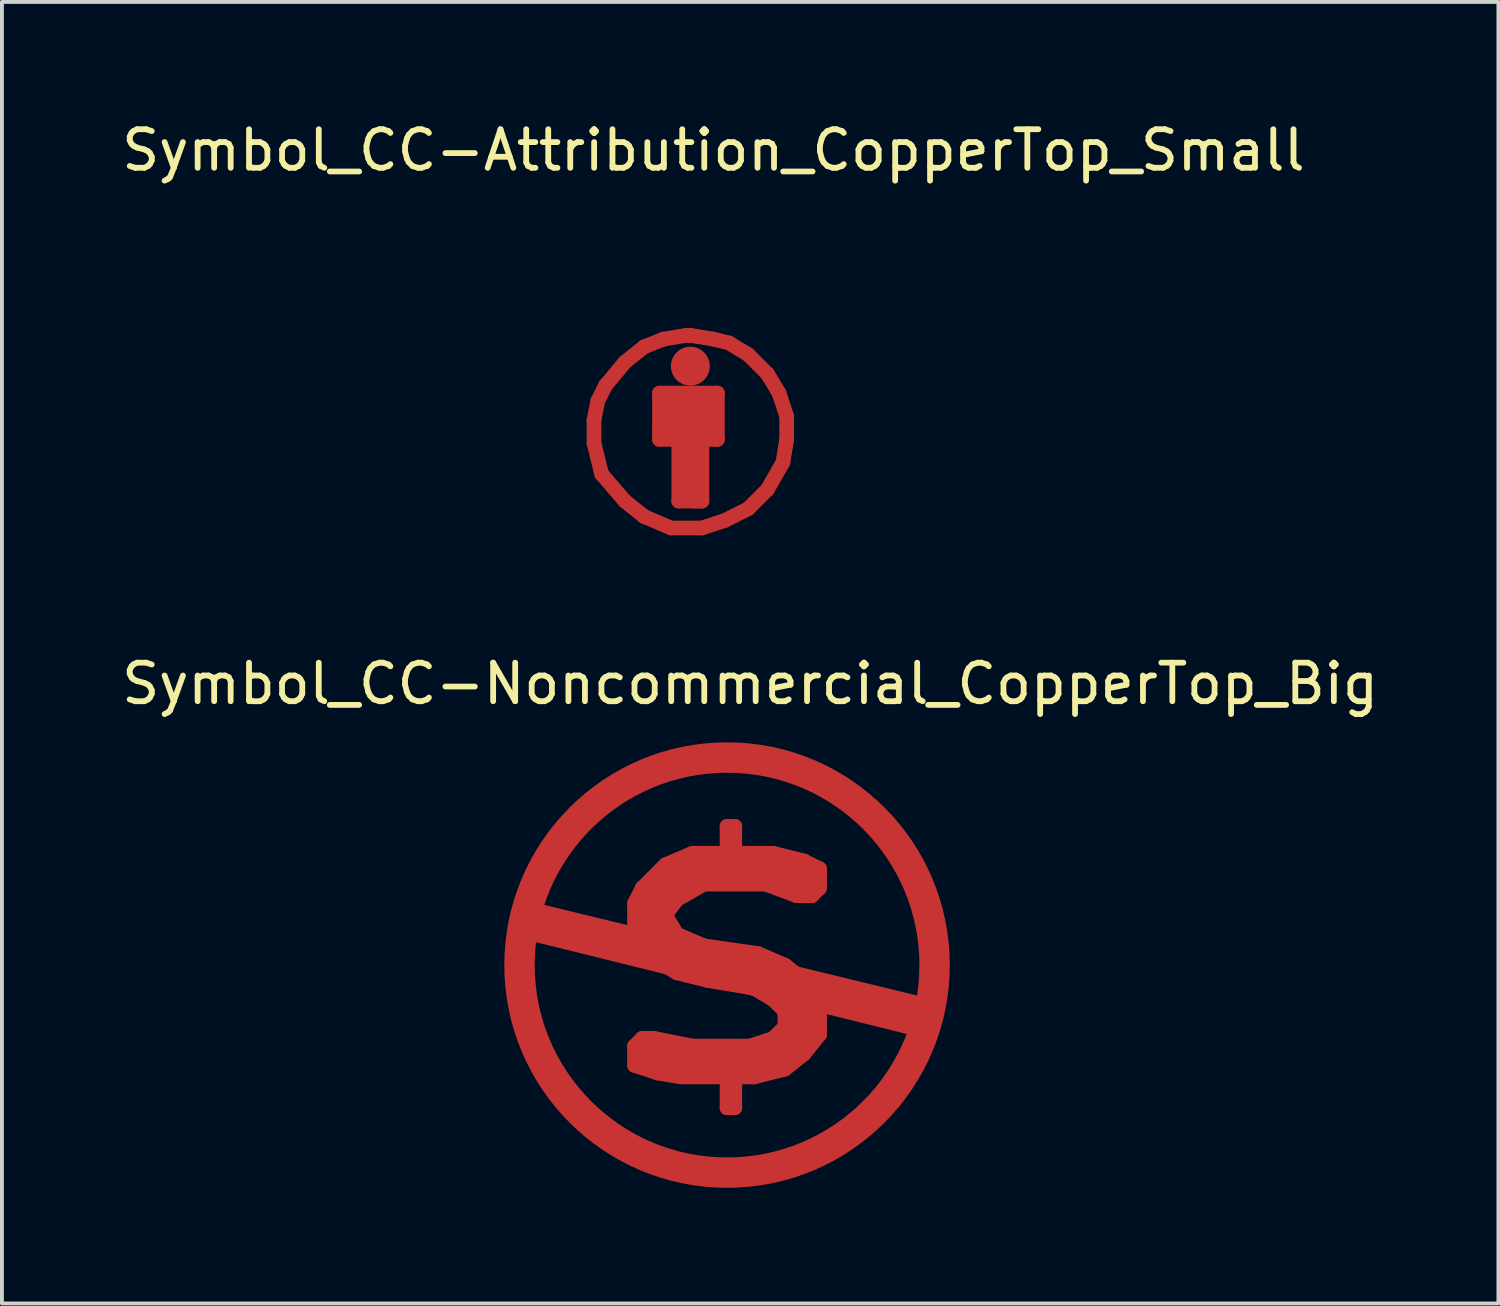
<source format=kicad_pcb>
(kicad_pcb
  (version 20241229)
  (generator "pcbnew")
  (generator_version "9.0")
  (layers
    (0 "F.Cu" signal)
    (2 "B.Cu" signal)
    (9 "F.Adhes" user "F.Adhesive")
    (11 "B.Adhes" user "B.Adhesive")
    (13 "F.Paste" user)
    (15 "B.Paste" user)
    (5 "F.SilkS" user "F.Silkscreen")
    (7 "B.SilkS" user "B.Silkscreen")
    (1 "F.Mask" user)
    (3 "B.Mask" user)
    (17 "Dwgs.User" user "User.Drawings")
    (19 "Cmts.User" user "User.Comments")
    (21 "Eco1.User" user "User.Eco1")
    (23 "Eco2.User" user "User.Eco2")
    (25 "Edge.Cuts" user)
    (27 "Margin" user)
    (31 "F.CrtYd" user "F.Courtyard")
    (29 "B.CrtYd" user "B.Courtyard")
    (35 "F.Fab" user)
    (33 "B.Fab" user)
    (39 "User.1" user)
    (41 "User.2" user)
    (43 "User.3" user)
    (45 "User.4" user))
  (footprint "Symbol_CC-Noncommercial_CopperTop_Big"
    (layer "F.Cu")
    (at 15.811 21.986)
    (property "Reference" "Symbol_CC-Noncommercial_CopperTop_Big" (at 0.599 -7.3 0) (layer "F.SilkS") (effects (font (size 1 1) (thickness 0.15))))
    (attr exclude_from_pos_files exclude_from_bom)
    (fp_line (start -5.4 -0.899) (end 4.699 1.6) (stroke (width 0.381) (type solid)) (layer "F.Cu"))
    (fp_line (start -5.4 0.099) (end -5.199 1.3) (stroke (width 0.381) (type solid)) (layer "F.Cu"))
    (fp_line (start -5.301 -1.501) (end 5.4 1.1) (stroke (width 0.381) (type solid)) (layer "F.Cu"))
    (fp_line (start -5.301 -1.199) (end -5.4 -0.899) (stroke (width 0.381) (type solid)) (layer "F.Cu"))
    (fp_line (start -5.301 -1.1) (end -5.4 0.099) (stroke (width 0.381) (type solid)) (layer "F.Cu"))
    (fp_line (start -5.199 1.3) (end -4.801 2.4) (stroke (width 0.381) (type solid)) (layer "F.Cu"))
    (fp_line (start -5.001 -2.101) (end -5.301 -1.1) (stroke (width 0.381) (type solid)) (layer "F.Cu"))
    (fp_line (start -4.801 2.4) (end -3.8 3.899) (stroke (width 0.381) (type solid)) (layer "F.Cu"))
    (fp_line (start -4.501 -3) (end -5.001 -2.101) (stroke (width 0.381) (type solid)) (layer "F.Cu"))
    (fp_line (start -4 -3.599) (end -4.501 -3) (stroke (width 0.381) (type solid)) (layer "F.Cu"))
    (fp_line (start -3.8 3.899) (end -2.601 4.801) (stroke (width 0.381) (type solid)) (layer "F.Cu"))
    (fp_line (start -3.299 -4.201) (end -4 -3.599) (stroke (width 0.381) (type solid)) (layer "F.Cu"))
    (fp_line (start -2.7 -4.699) (end -3.299 -4.201) (stroke (width 0.381) (type solid)) (layer "F.Cu"))
    (fp_line (start -2.601 4.801) (end -1.3 5.301) (stroke (width 0.381) (type solid)) (layer "F.Cu"))
    (fp_line (start -2.4 -1.6) (end -2.4 -1.001) (stroke (width 0.381) (type solid)) (layer "F.Cu"))
    (fp_line (start -2.4 -1.001) (end -2.101 -0.599) (stroke (width 0.381) (type solid)) (layer "F.Cu"))
    (fp_line (start -2.4 2.101) (end -2.4 2.601) (stroke (width 0.381) (type solid)) (layer "F.Cu"))
    (fp_line (start -2.4 2.601) (end -1.801 2.799) (stroke (width 0.381) (type solid)) (layer "F.Cu"))
    (fp_line (start -2.2 -1.999) (end -2.4 -1.6) (stroke (width 0.381) (type solid)) (layer "F.Cu"))
    (fp_line (start -2.2 -1.199) (end -1.9 -0.701) (stroke (width 0.381) (type solid)) (layer "F.Cu"))
    (fp_line (start -2.2 1.9) (end -2.4 2.101) (stroke (width 0.381) (type solid)) (layer "F.Cu"))
    (fp_line (start -2.2 2.2) (end -2.2 2.4) (stroke (width 0.381) (type solid)) (layer "F.Cu"))
    (fp_line (start -2.2 2.4) (end -1.1 2.601) (stroke (width 0.381) (type solid)) (layer "F.Cu"))
    (fp_line (start -2.101 -0.599) (end -1.801 -0.099) (stroke (width 0.381) (type solid)) (layer "F.Cu"))
    (fp_line (start -1.999 -4.9) (end -2.7 -4.699) (stroke (width 0.381) (type solid)) (layer "F.Cu"))
    (fp_line (start -1.9 -1.999) (end -2.2 -1.199) (stroke (width 0.381) (type solid)) (layer "F.Cu"))
    (fp_line (start -1.9 -1.199) (end -1.6 -1.801) (stroke (width 0.381) (type solid)) (layer "F.Cu"))
    (fp_line (start -1.9 -0.701) (end -1.3 -0.099) (stroke (width 0.381) (type solid)) (layer "F.Cu"))
    (fp_line (start -1.9 1.9) (end -2.2 1.9) (stroke (width 0.381) (type solid)) (layer "F.Cu"))
    (fp_line (start -1.801 -0.099) (end -1.3 0.201) (stroke (width 0.381) (type solid)) (layer "F.Cu"))
    (fp_line (start -1.801 2.799) (end -1.199 2.901) (stroke (width 0.381) (type solid)) (layer "F.Cu"))
    (fp_line (start -1.6 -2.601) (end -2.2 -1.999) (stroke (width 0.381) (type solid)) (layer "F.Cu"))
    (fp_line (start -1.6 -1.801) (end -0.899 -2.301) (stroke (width 0.381) (type solid)) (layer "F.Cu"))
    (fp_line (start -1.6 -1.3) (end -1.3 -1.699) (stroke (width 0.381) (type solid)) (layer "F.Cu"))
    (fp_line (start -1.6 2.2) (end -2.2 2.2) (stroke (width 0.381) (type solid)) (layer "F.Cu"))
    (fp_line (start -1.4 -0.5) (end -1.9 -1.199) (stroke (width 0.381) (type solid)) (layer "F.Cu"))
    (fp_line (start -1.3 -5.1) (end -1.999 -4.9) (stroke (width 0.381) (type solid)) (layer "F.Cu"))
    (fp_line (start -1.3 -1.699) (end -0.599 -2.101) (stroke (width 0.381) (type solid)) (layer "F.Cu"))
    (fp_line (start -1.3 -0.8) (end -1.6 -1.3) (stroke (width 0.381) (type solid)) (layer "F.Cu"))
    (fp_line (start -1.3 -0.099) (end 0 0.3) (stroke (width 0.381) (type solid)) (layer "F.Cu"))
    (fp_line (start -1.3 0.201) (end -0.5 0.399) (stroke (width 0.381) (type solid)) (layer "F.Cu"))
    (fp_line (start -1.3 5.301) (end 0.099 5.301) (stroke (width 0.381) (type solid)) (layer "F.Cu"))
    (fp_line (start -1.199 2.901) (end 0.701 2.901) (stroke (width 0.381) (type solid)) (layer "F.Cu"))
    (fp_line (start -1.1 -2.601) (end -1.9 -1.999) (stroke (width 0.381) (type solid)) (layer "F.Cu"))
    (fp_line (start -1.1 2.601) (end -0.099 2.601) (stroke (width 0.381) (type solid)) (layer "F.Cu"))
    (fp_line (start -0.899 -2.901) (end -1.6 -2.601) (stroke (width 0.381) (type solid)) (layer "F.Cu"))
    (fp_line (start -0.899 -2.301) (end -0.099 -2.4) (stroke (width 0.381) (type solid)) (layer "F.Cu"))
    (fp_line (start -0.899 2.101) (end -1.9 1.9) (stroke (width 0.381) (type solid)) (layer "F.Cu"))
    (fp_line (start -0.599 -2.901) (end -0.899 -2.901) (stroke (width 0.381) (type solid)) (layer "F.Cu"))
    (fp_line (start -0.599 -2.101) (end 1.001 -2.101) (stroke (width 0.381) (type solid)) (layer "F.Cu"))
    (fp_line (start -0.599 -0.5) (end -1.3 -0.8) (stroke (width 0.381) (type solid)) (layer "F.Cu"))
    (fp_line (start -0.5 -5.4) (end -1.3 -5.1) (stroke (width 0.381) (type solid)) (layer "F.Cu"))
    (fp_line (start -0.5 0.399) (end 0.701 0.599) (stroke (width 0.381) (type solid)) (layer "F.Cu"))
    (fp_line (start -0.399 -0.099) (end -1.4 -0.5) (stroke (width 0.381) (type solid)) (layer "F.Cu"))
    (fp_line (start -0.3 2.301) (end -1.6 2.2) (stroke (width 0.381) (type solid)) (layer "F.Cu"))
    (fp_line (start -0.201 -0.201) (end -0.399 -0.099) (stroke (width 0.381) (type solid)) (layer "F.Cu"))
    (fp_line (start -0.099 -2.4) (end 1.001 -2.301) (stroke (width 0.381) (type solid)) (layer "F.Cu"))
    (fp_line (start -0.099 2.601) (end 0.899 2.601) (stroke (width 0.381) (type solid)) (layer "F.Cu"))
    (fp_line (start 0 -5.4) (end -0.5 -5.4) (stroke (width 0.381) (type solid)) (layer "F.Cu"))
    (fp_line (start 0 -3.599) (end 0.201 -3.599) (stroke (width 0.381) (type solid)) (layer "F.Cu"))
    (fp_line (start 0 -3) (end 0 -3.599) (stroke (width 0.381) (type solid)) (layer "F.Cu"))
    (fp_line (start 0 0.3) (end 1.199 0.599) (stroke (width 0.381) (type solid)) (layer "F.Cu"))
    (fp_line (start 0 2.799) (end 0 3.701) (stroke (width 0.381) (type solid)) (layer "F.Cu"))
    (fp_line (start 0 3.701) (end 0.201 3.701) (stroke (width 0.381) (type solid)) (layer "F.Cu"))
    (fp_line (start 0.099 5.301) (end 1.6 5.199) (stroke (width 0.381) (type solid)) (layer "F.Cu"))
    (fp_line (start 0.201 -3.599) (end 0.201 -3) (stroke (width 0.381) (type solid)) (layer "F.Cu"))
    (fp_line (start 0.201 -0.201) (end 0.201 0.099) (stroke (width 0.381) (type solid)) (layer "F.Cu"))
    (fp_line (start 0.201 0.099) (end -0.201 -0.201) (stroke (width 0.381) (type solid)) (layer "F.Cu"))
    (fp_line (start 0.201 3.701) (end 0.201 3) (stroke (width 0.381) (type solid)) (layer "F.Cu"))
    (fp_line (start 0.5 -2.901) (end -0.599 -2.901) (stroke (width 0.381) (type solid)) (layer "F.Cu"))
    (fp_line (start 0.5 0) (end 0.5 0.201) (stroke (width 0.381) (type solid)) (layer "F.Cu"))
    (fp_line (start 0.5 0.201) (end 0.899 0.399) (stroke (width 0.381) (type solid)) (layer "F.Cu"))
    (fp_line (start 0.599 2.101) (end -0.899 2.101) (stroke (width 0.381) (type solid)) (layer "F.Cu"))
    (fp_line (start 0.701 0.599) (end 1.199 0.899) (stroke (width 0.381) (type solid)) (layer "F.Cu"))
    (fp_line (start 0.701 2.901) (end 1.501 2.7) (stroke (width 0.381) (type solid)) (layer "F.Cu"))
    (fp_line (start 0.8 -2.601) (end -1.1 -2.601) (stroke (width 0.381) (type solid)) (layer "F.Cu"))
    (fp_line (start 0.8 -0.3) (end -0.599 -0.5) (stroke (width 0.381) (type solid)) (layer "F.Cu"))
    (fp_line (start 0.899 0.399) (end 0.201 -0.201) (stroke (width 0.381) (type solid)) (layer "F.Cu"))
    (fp_line (start 0.899 2.301) (end -0.3 2.301) (stroke (width 0.381) (type solid)) (layer "F.Cu"))
    (fp_line (start 0.899 2.601) (end 1.801 2.101) (stroke (width 0.381) (type solid)) (layer "F.Cu"))
    (fp_line (start 1.001 -2.301) (end 2.101 -2.101) (stroke (width 0.381) (type solid)) (layer "F.Cu"))
    (fp_line (start 1.001 -2.101) (end 1.801 -1.801) (stroke (width 0.381) (type solid)) (layer "F.Cu"))
    (fp_line (start 1.199 -2.901) (end 0.5 -2.901) (stroke (width 0.381) (type solid)) (layer "F.Cu"))
    (fp_line (start 1.199 0.599) (end 1.699 1.1) (stroke (width 0.381) (type solid)) (layer "F.Cu"))
    (fp_line (start 1.199 0.899) (end 1.501 1.199) (stroke (width 0.381) (type solid)) (layer "F.Cu"))
    (fp_line (start 1.199 1.9) (end 0.599 2.101) (stroke (width 0.381) (type solid)) (layer "F.Cu"))
    (fp_line (start 1.4 -5.199) (end 0 -5.301) (stroke (width 0.381) (type solid)) (layer "F.Cu"))
    (fp_line (start 1.4 0.3) (end 0.5 0) (stroke (width 0.381) (type solid)) (layer "F.Cu"))
    (fp_line (start 1.501 0) (end 0.8 -0.3) (stroke (width 0.381) (type solid)) (layer "F.Cu"))
    (fp_line (start 1.501 1.199) (end 1.501 1.6) (stroke (width 0.381) (type solid)) (layer "F.Cu"))
    (fp_line (start 1.501 1.6) (end 1.199 1.9) (stroke (width 0.381) (type solid)) (layer "F.Cu"))
    (fp_line (start 1.501 2.7) (end 1.999 2.301) (stroke (width 0.381) (type solid)) (layer "F.Cu"))
    (fp_line (start 1.6 1.9) (end 0.899 2.301) (stroke (width 0.381) (type solid)) (layer "F.Cu"))
    (fp_line (start 1.6 5.199) (end 2.601 4.699) (stroke (width 0.381) (type solid)) (layer "F.Cu"))
    (fp_line (start 1.699 1.1) (end 1.6 1.9) (stroke (width 0.381) (type solid)) (layer "F.Cu"))
    (fp_line (start 1.801 -1.801) (end 2.2 -1.801) (stroke (width 0.381) (type solid)) (layer "F.Cu"))
    (fp_line (start 1.801 2.101) (end 2.101 1.6) (stroke (width 0.381) (type solid)) (layer "F.Cu"))
    (fp_line (start 1.9 -2.4) (end 0.8 -2.601) (stroke (width 0.381) (type solid)) (layer "F.Cu"))
    (fp_line (start 1.9 1.199) (end 1.999 0.899) (stroke (width 0.381) (type solid)) (layer "F.Cu"))
    (fp_line (start 1.9 1.6) (end 2.2 1.199) (stroke (width 0.381) (type solid)) (layer "F.Cu"))
    (fp_line (start 1.999 -2.7) (end 1.199 -2.901) (stroke (width 0.381) (type solid)) (layer "F.Cu"))
    (fp_line (start 1.999 0.399) (end 1.501 0) (stroke (width 0.381) (type solid)) (layer "F.Cu"))
    (fp_line (start 1.999 0.899) (end 1.4 0.3) (stroke (width 0.381) (type solid)) (layer "F.Cu"))
    (fp_line (start 1.999 2.301) (end 2.4 1.801) (stroke (width 0.381) (type solid)) (layer "F.Cu"))
    (fp_line (start 2.101 1.6) (end 1.9 1.6) (stroke (width 0.381) (type solid)) (layer "F.Cu"))
    (fp_line (start 2.2 -1.801) (end 2.4 -1.999) (stroke (width 0.381) (type solid)) (layer "F.Cu"))
    (fp_line (start 2.2 1.199) (end 1.9 1.199) (stroke (width 0.381) (type solid)) (layer "F.Cu"))
    (fp_line (start 2.301 -2.4) (end 2.4 -2.499) (stroke (width 0.381) (type solid)) (layer "F.Cu"))
    (fp_line (start 2.4 -4.801) (end 1.4 -5.199) (stroke (width 0.381) (type solid)) (layer "F.Cu"))
    (fp_line (start 2.4 -2.499) (end 1.999 -2.7) (stroke (width 0.381) (type solid)) (layer "F.Cu"))
    (fp_line (start 2.4 -2.4) (end 1.9 -2.4) (stroke (width 0.381) (type solid)) (layer "F.Cu"))
    (fp_line (start 2.4 -1.999) (end 2.4 -2.4) (stroke (width 0.381) (type solid)) (layer "F.Cu"))
    (fp_line (start 2.4 1.001) (end 1.999 0.399) (stroke (width 0.381) (type solid)) (layer "F.Cu"))
    (fp_line (start 2.4 1.801) (end 2.4 1.001) (stroke (width 0.381) (type solid)) (layer "F.Cu"))
    (fp_line (start 2.601 4.699) (end 4.201 3.401) (stroke (width 0.381) (type solid)) (layer "F.Cu"))
    (fp_line (start 3.401 -4.1) (end 2.4 -4.801) (stroke (width 0.381) (type solid)) (layer "F.Cu"))
    (fp_line (start 4.201 3.401) (end 5.001 1.801) (stroke (width 0.381) (type solid)) (layer "F.Cu"))
    (fp_line (start 4.699 -2.499) (end 3.401 -4.1) (stroke (width 0.381) (type solid)) (layer "F.Cu"))
    (fp_line (start 5.001 1.801) (end 5.4 0.3) (stroke (width 0.381) (type solid)) (layer "F.Cu"))
    (fp_line (start 5.199 -1.4) (end 4.699 -2.499) (stroke (width 0.381) (type solid)) (layer "F.Cu"))
    (fp_line (start 5.301 1.4) (end -5.301 -1.199) (stroke (width 0.381) (type solid)) (layer "F.Cu"))
    (fp_line (start 5.4 0.3) (end 5.199 -1.4) (stroke (width 0.381) (type solid)) (layer "F.Cu"))
    (fp_line (start 5.4 1.1) (end 5.301 1.4) (stroke (width 0.381) (type solid)) (layer "F.Cu"))
    (fp_circle (center 0 0) (end 5.08 1.016) (stroke (width 0.381) (type solid)) (fill no) (layer "F.Cu"))
    (fp_circle (center 0 0) (end 5.588 0) (stroke (width 0.381) (type solid)) (fill no) (layer "F.Cu")))
  (footprint "Symbol_CC-Attribution_CopperTop_Small"
    (layer "F.Cu")
    (at 14.859 8.148)
    (property "Reference" "Symbol_CC-Attribution_CopperTop_Small" (at 0.599 -7.3 0) (layer "F.SilkS") (effects (font (size 1 1) (thickness 0.15))))
    (attr exclude_from_pos_files exclude_from_bom)
    (fp_line (start -2.499 -0.3) (end -2.499 0.3) (stroke (width 0.381) (type solid)) (layer "F.Cu"))
    (fp_line (start -2.499 0.3) (end -2.301 1.1) (stroke (width 0.381) (type solid)) (layer "F.Cu"))
    (fp_line (start -2.4 -0.8) (end -2.499 -0.3) (stroke (width 0.381) (type solid)) (layer "F.Cu"))
    (fp_line (start -2.301 1.1) (end -1.699 1.801) (stroke (width 0.381) (type solid)) (layer "F.Cu"))
    (fp_line (start -2.2 -1.199) (end -2.4 -0.8) (stroke (width 0.381) (type solid)) (layer "F.Cu"))
    (fp_line (start -1.699 -1.801) (end -2.2 -1.199) (stroke (width 0.381) (type solid)) (layer "F.Cu"))
    (fp_line (start -1.699 1.801) (end -1.199 2.2) (stroke (width 0.381) (type solid)) (layer "F.Cu"))
    (fp_line (start -1.199 -2.2) (end -1.699 -1.801) (stroke (width 0.381) (type solid)) (layer "F.Cu"))
    (fp_line (start -1.199 2.2) (end -0.5 2.499) (stroke (width 0.381) (type solid)) (layer "F.Cu"))
    (fp_line (start -0.8 -1.001) (end 0.701 -1.001) (stroke (width 0.381) (type solid)) (layer "F.Cu"))
    (fp_line (start -0.8 -0.099) (end 0.5 -0.099) (stroke (width 0.381) (type solid)) (layer "F.Cu"))
    (fp_line (start -0.8 0.201) (end -0.8 -1.001) (stroke (width 0.381) (type solid)) (layer "F.Cu"))
    (fp_line (start -0.701 -2.4) (end -1.199 -2.2) (stroke (width 0.381) (type solid)) (layer "F.Cu"))
    (fp_line (start -0.701 -0.701) (end 0.599 -0.701) (stroke (width 0.381) (type solid)) (layer "F.Cu"))
    (fp_line (start -0.5 2.499) (end 0.3 2.499) (stroke (width 0.381) (type solid)) (layer "F.Cu"))
    (fp_line (start -0.3 0.3) (end -0.3 1.801) (stroke (width 0.381) (type solid)) (layer "F.Cu"))
    (fp_line (start -0.3 1.801) (end 0.201 1.801) (stroke (width 0.381) (type solid)) (layer "F.Cu"))
    (fp_line (start -0.099 -2.499) (end -0.701 -2.4) (stroke (width 0.381) (type solid)) (layer "F.Cu"))
    (fp_line (start 0 -2.499) (end -0.099 -2.499) (stroke (width 0.381) (type solid)) (layer "F.Cu"))
    (fp_line (start 0 -1.9) (end 0 -1.501) (stroke (width 0.381) (type solid)) (layer "F.Cu"))
    (fp_line (start 0 0.3) (end 0 1.6) (stroke (width 0.381) (type solid)) (layer "F.Cu"))
    (fp_line (start 0.099 1.801) (end 0.3 1.801) (stroke (width 0.381) (type solid)) (layer "F.Cu"))
    (fp_line (start 0.3 1.801) (end 0.3 0.201) (stroke (width 0.381) (type solid)) (layer "F.Cu"))
    (fp_line (start 0.3 2.499) (end 0.899 2.301) (stroke (width 0.381) (type solid)) (layer "F.Cu"))
    (fp_line (start 0.5 -0.399) (end -0.701 -0.399) (stroke (width 0.381) (type solid)) (layer "F.Cu"))
    (fp_line (start 0.599 -2.4) (end 0 -2.499) (stroke (width 0.381) (type solid)) (layer "F.Cu"))
    (fp_line (start 0.701 -1.001) (end 0.701 0.201) (stroke (width 0.381) (type solid)) (layer "F.Cu"))
    (fp_line (start 0.701 0.201) (end -0.8 0.201) (stroke (width 0.381) (type solid)) (layer "F.Cu"))
    (fp_line (start 0.899 2.301) (end 1.501 1.999) (stroke (width 0.381) (type solid)) (layer "F.Cu"))
    (fp_line (start 1.001 -2.301) (end 0.599 -2.4) (stroke (width 0.381) (type solid)) (layer "F.Cu"))
    (fp_line (start 1.501 -1.999) (end 1.001 -2.301) (stroke (width 0.381) (type solid)) (layer "F.Cu"))
    (fp_line (start 1.501 1.999) (end 1.999 1.501) (stroke (width 0.381) (type solid)) (layer "F.Cu"))
    (fp_line (start 1.999 -1.501) (end 1.501 -1.999) (stroke (width 0.381) (type solid)) (layer "F.Cu"))
    (fp_line (start 1.999 1.501) (end 2.4 0.8) (stroke (width 0.381) (type solid)) (layer "F.Cu"))
    (fp_line (start 2.301 -1.001) (end 1.999 -1.501) (stroke (width 0.381) (type solid)) (layer "F.Cu"))
    (fp_line (start 2.4 0.8) (end 2.499 0.201) (stroke (width 0.381) (type solid)) (layer "F.Cu"))
    (fp_line (start 2.499 -0.399) (end 2.301 -1.001) (stroke (width 0.381) (type solid)) (layer "F.Cu"))
    (fp_line (start 2.499 0.201) (end 2.499 -0.399) (stroke (width 0.381) (type solid)) (layer "F.Cu"))
    (fp_circle (center 0 -1.699) (end 0.099 -1.4) (stroke (width 0.381) (type solid)) (fill no) (layer "F.Cu")))
  (gr_rect
    (start -3 -3)
    (end 35.821 30.765)
    (stroke (width 0.1) (type default))
    (fill no)
    (layer "Edge.Cuts")))
</source>
